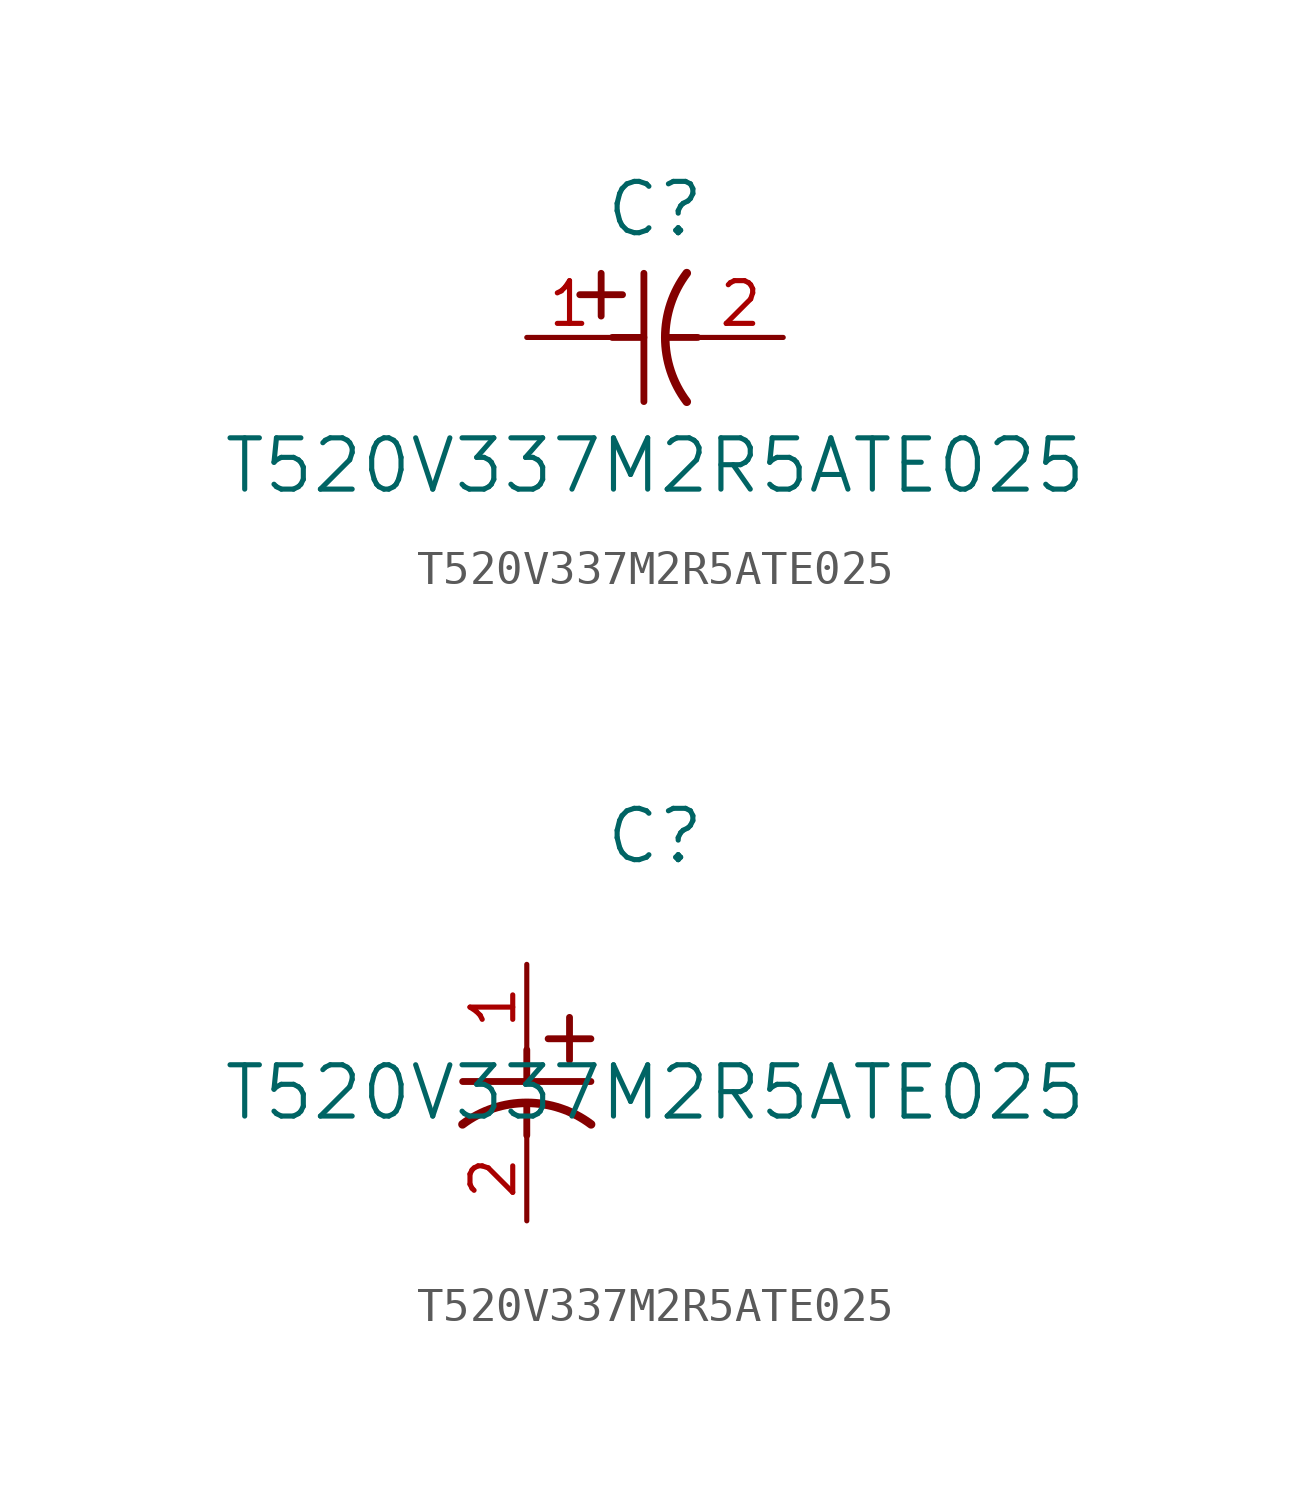
<source format=kicad_sym>
(kicad_symbol_lib
  (version 20211014)
  (generator kicad_symbol_editor)
  (symbol "T520V337M2R5ATE025"
    (pin_names
      (offset 0.254))
    (property "Reference" "C"
      (at 3.81 3.81 0)
      (effects (font (size 1.524 1.524))))
    (property "Value" "T520V337M2R5ATE025"
      (at 3.81 -3.81 0)
      (effects (font (size 1.524 1.524))))
    (symbol "T520V337M2R5ATE025_1_1"
      (polyline (pts (xy 2.21 0.635) (xy 2.21 1.905)) (stroke (width 0.203) (type default) (color 0 0 0 0)) (fill (type none)))
      (arc (start 4.754132 1.910763) (mid 4.1148 0) (end 4.754132 -1.910763) (stroke (width 0.254) (type default) (color 0 0 0 0)) (fill (type none)))
      (polyline (pts (xy 4.115 0) (xy 5.08 0)) (stroke (width 0.203) (type default) (color 0 0 0 0)) (fill (type none)))
      (polyline (pts (xy 3.48 -1.905) (xy 3.48 1.905)) (stroke (width 0.203) (type default) (color 0 0 0 0)) (fill (type none)))
      (polyline (pts (xy 1.575 1.27) (xy 2.845 1.27)) (stroke (width 0.203) (type default) (color 0 0 0 0)) (fill (type none)))
      (polyline (pts (xy 2.54 0) (xy 3.48 0)) (stroke (width 0.203) (type default) (color 0 0 0 0)) (fill (type none)))
      (pin unspecified line (at 0 0 0) (length 2.54) (name "" (effects (font (size 1.27 1.27)))) (number "1" (effects (font (size 1.27 1.27)))))
      (pin unspecified line (at 7.62 0 180) (length 2.54) (name "" (effects (font (size 1.27 1.27)))) (number "2" (effects (font (size 1.27 1.27))))))
    (symbol "T520V337M2R5ATE025_1_2"
      (polyline (pts (xy 0 -2.54) (xy 0 -3.48)) (stroke (width 0.203) (type default) (color 0 0 0 0)) (fill (type none)))
      (arc (start 1.910763 -4.754132) (mid 0 -4.1148) (end -1.910763 -4.754132) (stroke (width 0.254) (type default) (color 0 0 0 0)) (fill (type none)))
      (polyline (pts (xy -1.905 -3.48) (xy 1.905 -3.48)) (stroke (width 0.203) (type default) (color 0 0 0 0)) (fill (type none)))
      (polyline (pts (xy 0.635 -2.21) (xy 1.905 -2.21)) (stroke (width 0.203) (type default) (color 0 0 0 0)) (fill (type none)))
      (polyline (pts (xy 1.27 -1.575) (xy 1.27 -2.845)) (stroke (width 0.203) (type default) (color 0 0 0 0)) (fill (type none)))
      (polyline (pts (xy 0 -4.115) (xy 0 -5.08)) (stroke (width 0.203) (type default) (color 0 0 0 0)) (fill (type none)))
      (pin unspecified line (at 0 0 270) (length 2.54) (name "" (effects (font (size 1.27 1.27)))) (number "1" (effects (font (size 1.27 1.27)))))
      (pin unspecified line (at 0 -7.62 90) (length 2.54) (name "" (effects (font (size 1.27 1.27)))) (number "2" (effects (font (size 1.27 1.27))))))))
</source>
